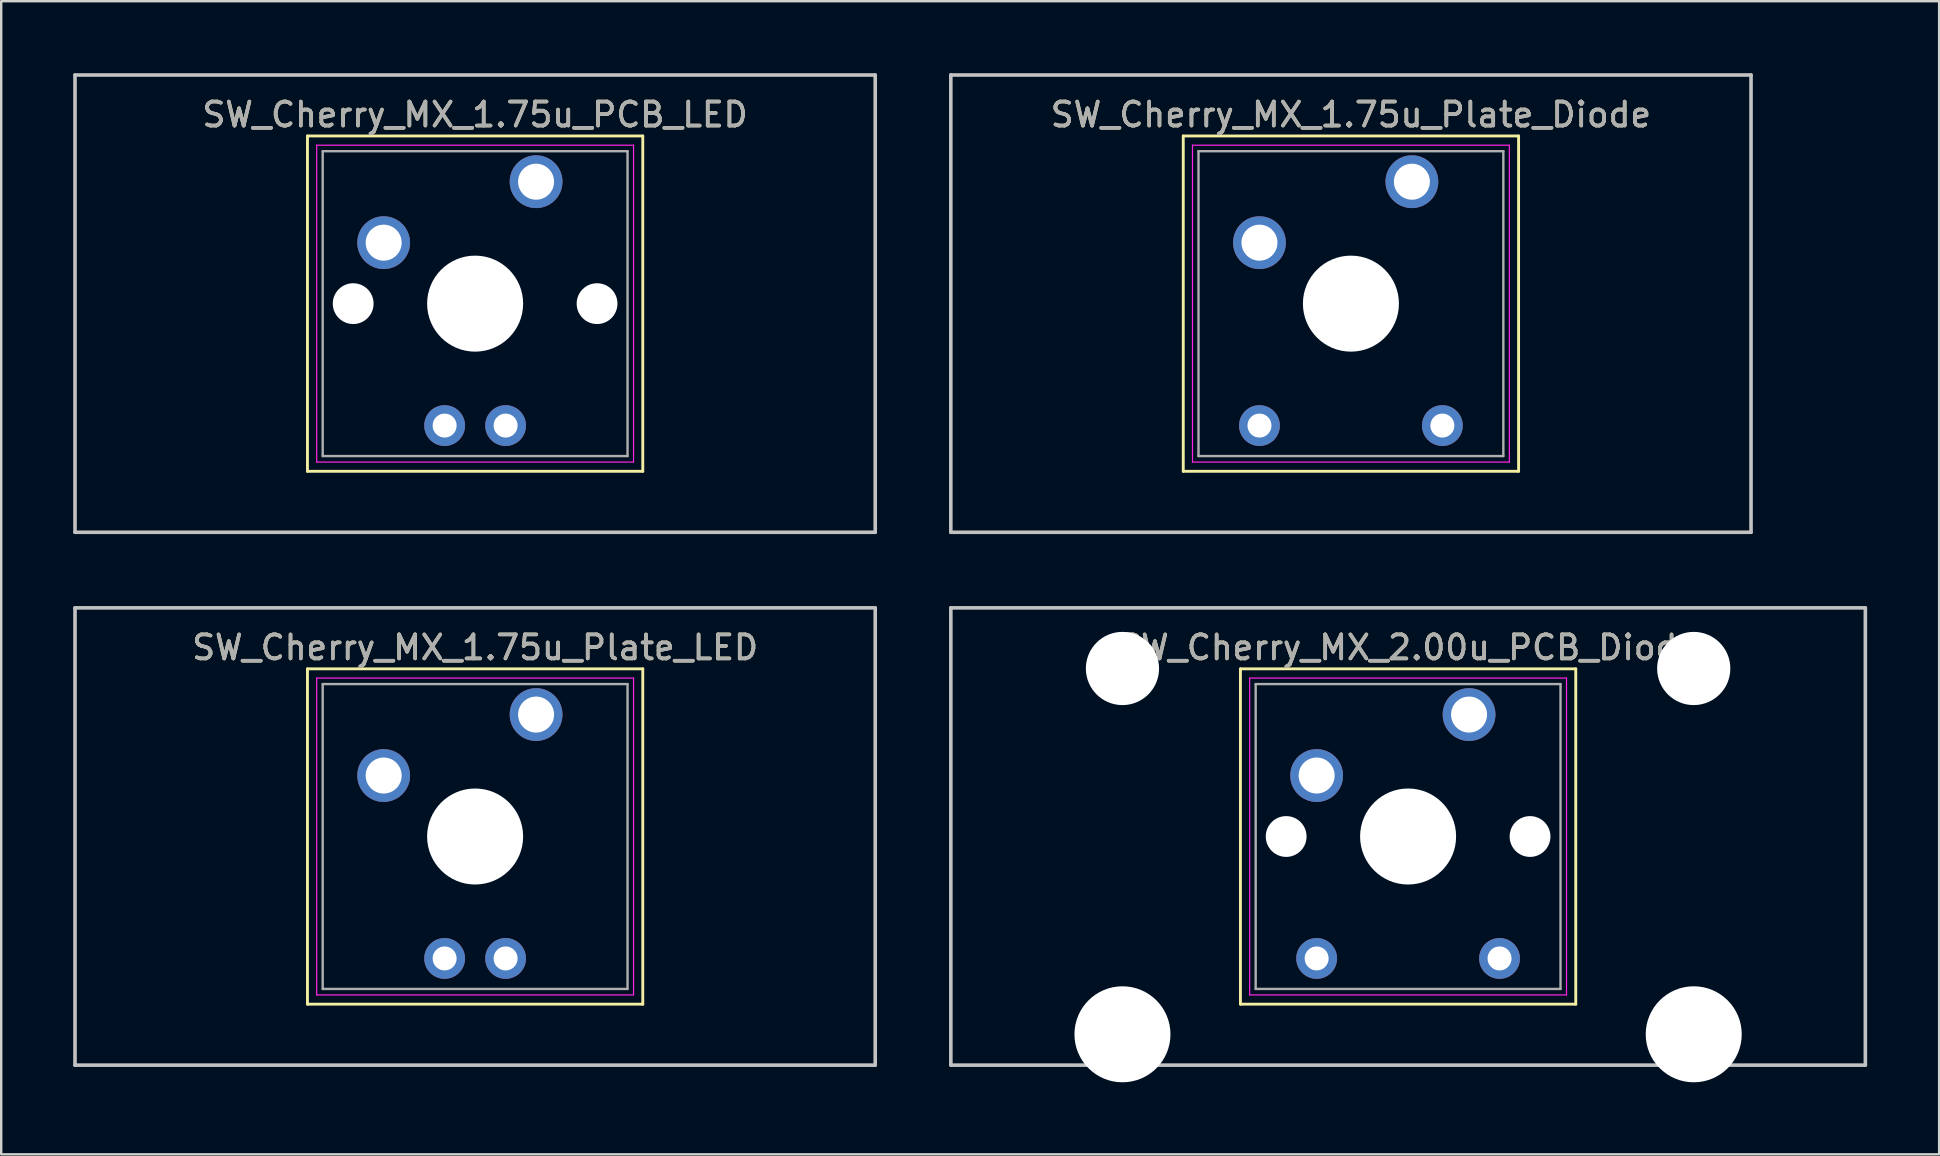
<source format=kicad_pcb>
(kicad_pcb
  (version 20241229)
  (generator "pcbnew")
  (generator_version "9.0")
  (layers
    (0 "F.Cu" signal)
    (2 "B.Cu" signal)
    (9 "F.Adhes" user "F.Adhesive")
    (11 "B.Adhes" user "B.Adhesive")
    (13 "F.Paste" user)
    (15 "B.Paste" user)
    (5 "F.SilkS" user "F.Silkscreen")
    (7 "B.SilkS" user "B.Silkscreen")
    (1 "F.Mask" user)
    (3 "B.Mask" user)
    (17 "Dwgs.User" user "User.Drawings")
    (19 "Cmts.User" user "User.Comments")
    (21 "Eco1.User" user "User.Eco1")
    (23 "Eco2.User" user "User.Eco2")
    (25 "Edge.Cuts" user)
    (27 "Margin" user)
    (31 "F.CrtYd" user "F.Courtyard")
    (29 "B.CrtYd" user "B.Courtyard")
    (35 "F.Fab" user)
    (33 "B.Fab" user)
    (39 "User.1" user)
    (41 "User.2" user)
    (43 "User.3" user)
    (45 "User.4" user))
  (footprint "SW_Cherry_MX_1.75u_Plate_Diode"
    (layer "F.Cu")
    (at 55.771 4.52)
    (property "Reference" "SW_Cherry_MX_1.75u_Plate_Diode" (at -2.54 -2.794 0) (layer "F.SilkS") (effects (font (size 1 1) (thickness 0.15))))
    (attr through_hole)
    (fp_line (start -9.525 -1.905) (end 4.445 -1.905) (stroke (width 0.12) (type solid)) (layer "F.SilkS"))
    (fp_line (start -9.525 12.065) (end -9.525 -1.905) (stroke (width 0.12) (type solid)) (layer "F.SilkS"))
    (fp_line (start 4.445 -1.905) (end 4.445 12.065) (stroke (width 0.12) (type solid)) (layer "F.SilkS"))
    (fp_line (start 4.445 12.065) (end -9.525 12.065) (stroke (width 0.12) (type solid)) (layer "F.SilkS"))
    (fp_line (start -19.209 -4.445) (end 14.129 -4.445) (stroke (width 0.15) (type solid)) (layer "Dwgs.User"))
    (fp_line (start -19.209 14.605) (end -19.209 -4.445) (stroke (width 0.15) (type solid)) (layer "Dwgs.User"))
    (fp_line (start 14.129 -4.445) (end 14.129 14.605) (stroke (width 0.15) (type solid)) (layer "Dwgs.User"))
    (fp_line (start 14.129 14.605) (end -19.209 14.605) (stroke (width 0.15) (type solid)) (layer "Dwgs.User"))
    (fp_line (start -9.14 -1.52) (end 4.06 -1.52) (stroke (width 0.05) (type solid)) (layer "F.CrtYd"))
    (fp_line (start -9.14 11.68) (end -9.14 -1.52) (stroke (width 0.05) (type solid)) (layer "F.CrtYd"))
    (fp_line (start 4.06 -1.52) (end 4.06 11.68) (stroke (width 0.05) (type solid)) (layer "F.CrtYd"))
    (fp_line (start 4.06 11.68) (end -9.14 11.68) (stroke (width 0.05) (type solid)) (layer "F.CrtYd"))
    (fp_line (start -8.89 -1.27) (end 3.81 -1.27) (stroke (width 0.1) (type solid)) (layer "F.Fab"))
    (fp_line (start -8.89 11.43) (end -8.89 -1.27) (stroke (width 0.1) (type solid)) (layer "F.Fab"))
    (fp_line (start 3.81 -1.27) (end 3.81 11.43) (stroke (width 0.1) (type solid)) (layer "F.Fab"))
    (fp_line (start 3.81 11.43) (end -8.89 11.43) (stroke (width 0.1) (type solid)) (layer "F.Fab"))
    (fp_text user "${REFERENCE}" (at -2.54 -2.794 0) (layer "F.Fab") (effects (font (size 1 1) (thickness 0.15))))
    (pad "" np_thru_hole circle (at -2.54 5.08) (size 4 4) (drill 4) (layers "*.Cu" "*.Mask"))
    (pad "1" thru_hole circle (at 0 0) (size 2.2 2.2) (drill 1.5) (layers "*.Cu" "*.Mask"))
    (pad "2" thru_hole circle (at -6.35 2.54) (size 2.2 2.2) (drill 1.5) (layers "*.Cu" "*.Mask"))
    (pad "3" thru_hole circle (at 1.27 10.16) (size 1.7 1.7) (drill 1) (layers "*.Cu" "*.Mask"))
    (pad "4" thru_hole circle (at -6.35 10.16) (size 1.7 1.7) (drill 1) (layers "*.Cu" "*.Mask")))
  (footprint "SW_Cherry_MX_2.00u_PCB_Diode"
    (layer "F.Cu")
    (at 58.153 26.72)
    (property "Reference" "SW_Cherry_MX_2.00u_PCB_Diode" (at -2.54 -2.794 0) (layer "F.SilkS") (effects (font (size 1 1) (thickness 0.15))))
    (attr through_hole)
    (fp_line (start -9.525 -1.905) (end 4.445 -1.905) (stroke (width 0.12) (type solid)) (layer "F.SilkS"))
    (fp_line (start -9.525 12.065) (end -9.525 -1.905) (stroke (width 0.12) (type solid)) (layer "F.SilkS"))
    (fp_line (start 4.445 -1.905) (end 4.445 12.065) (stroke (width 0.12) (type solid)) (layer "F.SilkS"))
    (fp_line (start 4.445 12.065) (end -9.525 12.065) (stroke (width 0.12) (type solid)) (layer "F.SilkS"))
    (fp_line (start -21.59 -4.445) (end 16.51 -4.445) (stroke (width 0.15) (type solid)) (layer "Dwgs.User"))
    (fp_line (start -21.59 14.605) (end -21.59 -4.445) (stroke (width 0.15) (type solid)) (layer "Dwgs.User"))
    (fp_line (start 16.51 -4.445) (end 16.51 14.605) (stroke (width 0.15) (type solid)) (layer "Dwgs.User"))
    (fp_line (start 16.51 14.605) (end -21.59 14.605) (stroke (width 0.15) (type solid)) (layer "Dwgs.User"))
    (fp_line (start -9.14 -1.52) (end 4.06 -1.52) (stroke (width 0.05) (type solid)) (layer "F.CrtYd"))
    (fp_line (start -9.14 11.68) (end -9.14 -1.52) (stroke (width 0.05) (type solid)) (layer "F.CrtYd"))
    (fp_line (start 4.06 -1.52) (end 4.06 11.68) (stroke (width 0.05) (type solid)) (layer "F.CrtYd"))
    (fp_line (start 4.06 11.68) (end -9.14 11.68) (stroke (width 0.05) (type solid)) (layer "F.CrtYd"))
    (fp_line (start -8.89 -1.27) (end 3.81 -1.27) (stroke (width 0.1) (type solid)) (layer "F.Fab"))
    (fp_line (start -8.89 11.43) (end -8.89 -1.27) (stroke (width 0.1) (type solid)) (layer "F.Fab"))
    (fp_line (start 3.81 -1.27) (end 3.81 11.43) (stroke (width 0.1) (type solid)) (layer "F.Fab"))
    (fp_line (start 3.81 11.43) (end -8.89 11.43) (stroke (width 0.1) (type solid)) (layer "F.Fab"))
    (fp_text user "${REFERENCE}" (at -2.54 -2.794 0) (layer "F.Fab") (effects (font (size 1 1) (thickness 0.15))))
    (pad "" np_thru_hole circle (at -14.44 -1.92) (size 3.05 3.05) (drill 3.05) (layers "*.Cu" "*.Mask"))
    (pad "" np_thru_hole circle (at -14.44 13.32) (size 4 4) (drill 4) (layers "*.Cu" "*.Mask"))
    (pad "" np_thru_hole circle (at -7.62 5.08) (size 1.7 1.7) (drill 1.7) (layers "*.Cu" "*.Mask"))
    (pad "" np_thru_hole circle (at -2.54 5.08) (size 4 4) (drill 4) (layers "*.Cu" "*.Mask"))
    (pad "" np_thru_hole circle (at 2.54 5.08) (size 1.7 1.7) (drill 1.7) (layers "*.Cu" "*.Mask"))
    (pad "" np_thru_hole circle (at 9.36 -1.92) (size 3.05 3.05) (drill 3.05) (layers "*.Cu" "*.Mask"))
    (pad "" np_thru_hole circle (at 9.36 13.32) (size 4 4) (drill 4) (layers "*.Cu" "*.Mask"))
    (pad "1" thru_hole circle (at 0 0) (size 2.2 2.2) (drill 1.5) (layers "*.Cu" "*.Mask"))
    (pad "2" thru_hole circle (at -6.35 2.54) (size 2.2 2.2) (drill 1.5) (layers "*.Cu" "*.Mask"))
    (pad "3" thru_hole circle (at 1.27 10.16) (size 1.7 1.7) (drill 1) (layers "*.Cu" "*.Mask"))
    (pad "4" thru_hole circle (at -6.35 10.16) (size 1.7 1.7) (drill 1) (layers "*.Cu" "*.Mask")))
  (footprint "SW_Cherry_MX_1.75u_Plate_LED"
    (layer "F.Cu")
    (at 19.284 26.72)
    (property "Reference" "SW_Cherry_MX_1.75u_Plate_LED" (at -2.54 -2.794 0) (layer "F.SilkS") (effects (font (size 1 1) (thickness 0.15))))
    (attr through_hole)
    (fp_line (start -9.525 -1.905) (end 4.445 -1.905) (stroke (width 0.12) (type solid)) (layer "F.SilkS"))
    (fp_line (start -9.525 12.065) (end -9.525 -1.905) (stroke (width 0.12) (type solid)) (layer "F.SilkS"))
    (fp_line (start 4.445 -1.905) (end 4.445 12.065) (stroke (width 0.12) (type solid)) (layer "F.SilkS"))
    (fp_line (start 4.445 12.065) (end -9.525 12.065) (stroke (width 0.12) (type solid)) (layer "F.SilkS"))
    (fp_line (start -19.209 -4.445) (end 14.129 -4.445) (stroke (width 0.15) (type solid)) (layer "Dwgs.User"))
    (fp_line (start -19.209 14.605) (end -19.209 -4.445) (stroke (width 0.15) (type solid)) (layer "Dwgs.User"))
    (fp_line (start 14.129 -4.445) (end 14.129 14.605) (stroke (width 0.15) (type solid)) (layer "Dwgs.User"))
    (fp_line (start 14.129 14.605) (end -19.209 14.605) (stroke (width 0.15) (type solid)) (layer "Dwgs.User"))
    (fp_line (start -9.14 -1.52) (end 4.06 -1.52) (stroke (width 0.05) (type solid)) (layer "F.CrtYd"))
    (fp_line (start -9.14 11.68) (end -9.14 -1.52) (stroke (width 0.05) (type solid)) (layer "F.CrtYd"))
    (fp_line (start 4.06 -1.52) (end 4.06 11.68) (stroke (width 0.05) (type solid)) (layer "F.CrtYd"))
    (fp_line (start 4.06 11.68) (end -9.14 11.68) (stroke (width 0.05) (type solid)) (layer "F.CrtYd"))
    (fp_line (start -8.89 -1.27) (end 3.81 -1.27) (stroke (width 0.1) (type solid)) (layer "F.Fab"))
    (fp_line (start -8.89 11.43) (end -8.89 -1.27) (stroke (width 0.1) (type solid)) (layer "F.Fab"))
    (fp_line (start 3.81 -1.27) (end 3.81 11.43) (stroke (width 0.1) (type solid)) (layer "F.Fab"))
    (fp_line (start 3.81 11.43) (end -8.89 11.43) (stroke (width 0.1) (type solid)) (layer "F.Fab"))
    (fp_text user "${REFERENCE}" (at -2.54 -2.794 0) (layer "F.Fab") (effects (font (size 1 1) (thickness 0.15))))
    (pad "" np_thru_hole circle (at -2.54 5.08) (size 4 4) (drill 4) (layers "*.Cu" "*.Mask"))
    (pad "1" thru_hole circle (at 0 0) (size 2.2 2.2) (drill 1.5) (layers "*.Cu" "*.Mask"))
    (pad "2" thru_hole circle (at -6.35 2.54) (size 2.2 2.2) (drill 1.5) (layers "*.Cu" "*.Mask"))
    (pad "3" thru_hole circle (at -1.27 10.16) (size 1.7 1.7) (drill 1) (layers "*.Cu" "*.Mask"))
    (pad "4" thru_hole circle (at -3.81 10.16) (size 1.7 1.7) (drill 1) (layers "*.Cu" "*.Mask")))
  (footprint "SW_Cherry_MX_1.75u_PCB_LED"
    (layer "F.Cu")
    (at 19.284 4.52)
    (property "Reference" "SW_Cherry_MX_1.75u_PCB_LED" (at -2.54 -2.794 0) (layer "F.SilkS") (effects (font (size 1 1) (thickness 0.15))))
    (attr through_hole)
    (fp_line (start -9.525 -1.905) (end 4.445 -1.905) (stroke (width 0.12) (type solid)) (layer "F.SilkS"))
    (fp_line (start -9.525 12.065) (end -9.525 -1.905) (stroke (width 0.12) (type solid)) (layer "F.SilkS"))
    (fp_line (start 4.445 -1.905) (end 4.445 12.065) (stroke (width 0.12) (type solid)) (layer "F.SilkS"))
    (fp_line (start 4.445 12.065) (end -9.525 12.065) (stroke (width 0.12) (type solid)) (layer "F.SilkS"))
    (fp_line (start -19.209 -4.445) (end 14.129 -4.445) (stroke (width 0.15) (type solid)) (layer "Dwgs.User"))
    (fp_line (start -19.209 14.605) (end -19.209 -4.445) (stroke (width 0.15) (type solid)) (layer "Dwgs.User"))
    (fp_line (start 14.129 -4.445) (end 14.129 14.605) (stroke (width 0.15) (type solid)) (layer "Dwgs.User"))
    (fp_line (start 14.129 14.605) (end -19.209 14.605) (stroke (width 0.15) (type solid)) (layer "Dwgs.User"))
    (fp_line (start -9.14 -1.52) (end 4.06 -1.52) (stroke (width 0.05) (type solid)) (layer "F.CrtYd"))
    (fp_line (start -9.14 11.68) (end -9.14 -1.52) (stroke (width 0.05) (type solid)) (layer "F.CrtYd"))
    (fp_line (start 4.06 -1.52) (end 4.06 11.68) (stroke (width 0.05) (type solid)) (layer "F.CrtYd"))
    (fp_line (start 4.06 11.68) (end -9.14 11.68) (stroke (width 0.05) (type solid)) (layer "F.CrtYd"))
    (fp_line (start -8.89 -1.27) (end 3.81 -1.27) (stroke (width 0.1) (type solid)) (layer "F.Fab"))
    (fp_line (start -8.89 11.43) (end -8.89 -1.27) (stroke (width 0.1) (type solid)) (layer "F.Fab"))
    (fp_line (start 3.81 -1.27) (end 3.81 11.43) (stroke (width 0.1) (type solid)) (layer "F.Fab"))
    (fp_line (start 3.81 11.43) (end -8.89 11.43) (stroke (width 0.1) (type solid)) (layer "F.Fab"))
    (fp_text user "${REFERENCE}" (at -2.54 -2.794 0) (layer "F.Fab") (effects (font (size 1 1) (thickness 0.15))))
    (pad "" np_thru_hole circle (at -7.62 5.08) (size 1.7 1.7) (drill 1.7) (layers "*.Cu" "*.Mask"))
    (pad "" np_thru_hole circle (at -2.54 5.08) (size 4 4) (drill 4) (layers "*.Cu" "*.Mask"))
    (pad "" np_thru_hole circle (at 2.54 5.08) (size 1.7 1.7) (drill 1.7) (layers "*.Cu" "*.Mask"))
    (pad "1" thru_hole circle (at 0 0) (size 2.2 2.2) (drill 1.5) (layers "*.Cu" "*.Mask"))
    (pad "2" thru_hole circle (at -6.35 2.54) (size 2.2 2.2) (drill 1.5) (layers "*.Cu" "*.Mask"))
    (pad "3" thru_hole circle (at -1.27 10.16) (size 1.7 1.7) (drill 1) (layers "*.Cu" "*.Mask"))
    (pad "4" thru_hole circle (at -3.81 10.16) (size 1.7 1.7) (drill 1) (layers "*.Cu" "*.Mask")))
  (gr_rect
    (start -3 -3)
    (end 77.737 45.04)
    (stroke (width 0.1) (type default))
    (fill no)
    (layer "Edge.Cuts")))
</source>
